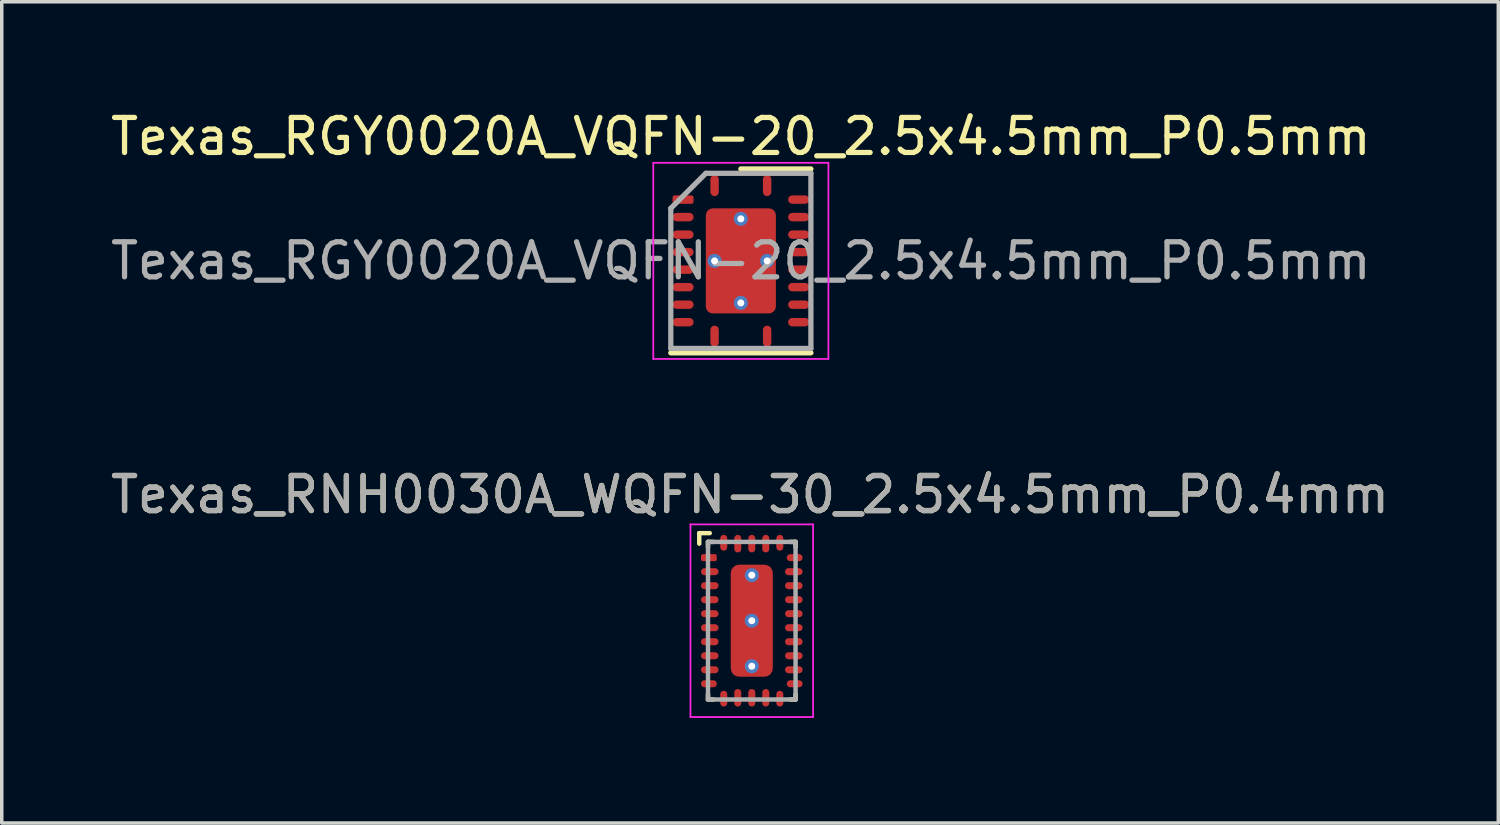
<source format=kicad_pcb>
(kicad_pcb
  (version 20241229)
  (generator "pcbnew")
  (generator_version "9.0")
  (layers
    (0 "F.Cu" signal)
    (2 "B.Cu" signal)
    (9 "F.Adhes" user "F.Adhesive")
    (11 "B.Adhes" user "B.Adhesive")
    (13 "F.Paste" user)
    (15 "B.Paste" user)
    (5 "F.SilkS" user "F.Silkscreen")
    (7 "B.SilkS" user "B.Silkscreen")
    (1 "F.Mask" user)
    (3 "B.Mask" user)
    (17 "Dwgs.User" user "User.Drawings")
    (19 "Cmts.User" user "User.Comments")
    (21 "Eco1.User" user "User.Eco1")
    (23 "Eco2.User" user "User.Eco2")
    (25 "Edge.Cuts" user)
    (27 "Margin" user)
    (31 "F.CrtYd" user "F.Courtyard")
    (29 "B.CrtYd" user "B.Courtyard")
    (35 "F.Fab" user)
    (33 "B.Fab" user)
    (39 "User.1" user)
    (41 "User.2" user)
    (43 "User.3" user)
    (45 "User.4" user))
  (footprint "Texas_RGY0020A_VQFN-20_2.5x4.5mm_P0.5mm"
    (layer "F.Cu")
    (at 18.101 4.398)
    (property "Reference" "Texas_RGY0020A_VQFN-20_2.5x4.5mm_P0.5mm" (at 0 -3.55 0) (layer "F.SilkS") (effects (font (size 1 1) (thickness 0.15))))
    (attr smd)
    (fp_line (start -2 2.625) (end 2 2.625) (stroke (width 0.15) (type solid)) (layer "F.SilkS"))
    (fp_line (start 0 -2.625) (end 2 -2.625) (stroke (width 0.15) (type solid)) (layer "F.SilkS"))
    (fp_line (start -2.5 -2.8) (end -2.5 2.8) (stroke (width 0.05) (type solid)) (layer "F.CrtYd"))
    (fp_line (start -2.5 -2.8) (end 2.5 -2.8) (stroke (width 0.05) (type solid)) (layer "F.CrtYd"))
    (fp_line (start -2.5 2.8) (end 2.5 2.8) (stroke (width 0.05) (type solid)) (layer "F.CrtYd"))
    (fp_line (start 2.5 -2.8) (end 2.5 2.8) (stroke (width 0.05) (type solid)) (layer "F.CrtYd"))
    (fp_line (start -2 -1.5) (end -1 -2.5) (stroke (width 0.15) (type solid)) (layer "F.Fab"))
    (fp_line (start -2 2.5) (end -2 -1.5) (stroke (width 0.15) (type solid)) (layer "F.Fab"))
    (fp_line (start -1 -2.5) (end 2 -2.5) (stroke (width 0.15) (type solid)) (layer "F.Fab"))
    (fp_line (start 2 -2.5) (end 2 2.5) (stroke (width 0.15) (type solid)) (layer "F.Fab"))
    (fp_line (start 2 2.5) (end -2 2.5) (stroke (width 0.15) (type solid)) (layer "F.Fab"))
    (fp_text user "${REFERENCE}" (at 0 0 0) (layer "F.Fab") (effects (font (size 1 1) (thickness 0.15))))
    (pad "" smd roundrect (at -0.54 -0.77 90) (size 1.3 0.9) (layers "F.Paste") (roundrect_rratio 0.1))
    (pad "" smd roundrect (at -0.54 0.77 270) (size 1.3 0.9) (layers "F.Paste") (roundrect_rratio 0.1))
    (pad "" smd roundrect (at 0.54 -0.77 90) (size 1.3 0.9) (layers "F.Paste") (roundrect_rratio 0.1))
    (pad "" smd roundrect (at 0.54 0.77 90) (size 1.3 0.9) (layers "F.Paste") (roundrect_rratio 0.1))
    (pad "1" smd roundrect (at -1.65 -1.75) (size 0.6 0.24) (layers "F.Cu" "F.Mask" "F.Paste") (roundrect_rratio 0.25))
    (pad "2" smd oval (at -1.65 -1.25) (size 0.6 0.24) (layers "F.Cu" "F.Mask" "F.Paste"))
    (pad "3" smd oval (at -1.65 -0.75) (size 0.6 0.24) (layers "F.Cu" "F.Mask" "F.Paste"))
    (pad "4" smd oval (at -1.65 -0.25) (size 0.6 0.24) (layers "F.Cu" "F.Mask" "F.Paste"))
    (pad "5" smd oval (at -1.65 0.25) (size 0.6 0.24) (layers "F.Cu" "F.Mask" "F.Paste"))
    (pad "6" smd oval (at -1.65 0.75) (size 0.6 0.24) (layers "F.Cu" "F.Mask" "F.Paste"))
    (pad "7" smd oval (at -1.65 1.25) (size 0.6 0.24) (layers "F.Cu" "F.Mask" "F.Paste"))
    (pad "8" smd oval (at -1.65 1.75) (size 0.6 0.24) (layers "F.Cu" "F.Mask" "F.Paste"))
    (pad "9" smd oval (at -0.75 2.15 90) (size 0.6 0.24) (layers "F.Cu" "F.Mask" "F.Paste"))
    (pad "10" smd oval (at 0.75 2.15 90) (size 0.6 0.24) (layers "F.Cu" "F.Mask" "F.Paste"))
    (pad "11" smd oval (at 1.65 1.75) (size 0.6 0.24) (layers "F.Cu" "F.Mask" "F.Paste"))
    (pad "12" smd oval (at 1.65 1.25) (size 0.6 0.24) (layers "F.Cu" "F.Mask" "F.Paste"))
    (pad "13" smd oval (at 1.65 0.75) (size 0.6 0.24) (layers "F.Cu" "F.Mask" "F.Paste"))
    (pad "14" smd oval (at 1.65 0.25) (size 0.6 0.24) (layers "F.Cu" "F.Mask" "F.Paste"))
    (pad "15" smd oval (at 1.65 -0.25) (size 0.6 0.24) (layers "F.Cu" "F.Mask" "F.Paste"))
    (pad "16" smd oval (at 1.65 -0.75) (size 0.6 0.24) (layers "F.Cu" "F.Mask" "F.Paste"))
    (pad "17" smd oval (at 1.65 -1.25) (size 0.6 0.24) (layers "F.Cu" "F.Mask" "F.Paste"))
    (pad "18" smd oval (at 1.65 -1.75) (size 0.6 0.24) (layers "F.Cu" "F.Mask" "F.Paste"))
    (pad "19" smd oval (at 0.75 -2.15 90) (size 0.6 0.24) (layers "F.Cu" "F.Mask" "F.Paste"))
    (pad "20" smd oval (at -0.75 -2.15 90) (size 0.6 0.24) (layers "F.Cu" "F.Mask" "F.Paste"))
    (pad "21" thru_hole circle (at -0.75 0 90) (size 0.4 0.4) (drill 0.2) (layers "*.Cu" "*.Mask"))
    (pad "21" thru_hole circle (at 0 -1.2 90) (size 0.4 0.4) (drill 0.2) (layers "*.Cu" "*.Mask"))
    (pad "21" smd roundrect (at 0 0) (size 2 3) (layers "F.Cu" "F.Mask") (roundrect_rratio 0.1))
    (pad "21" thru_hole circle (at 0 1.2 90) (size 0.4 0.4) (drill 0.2) (layers "*.Cu" "*.Mask"))
    (pad "21" thru_hole circle (at 0.75 0 90) (size 0.4 0.4) (drill 0.2) (layers "*.Cu" "*.Mask")))
  (footprint "Texas_RNH0030A_WQFN-30_2.5x4.5mm_P0.4mm"
    (layer "F.Cu")
    (at 18.413 14.671)
    (property "Reference" "Texas_RNH0030A_WQFN-30_2.5x4.5mm_P0.4mm" (at -0.05 -3.6 0) (unlocked yes) (layer "F.SilkS") (effects (font (size 1 1) (thickness 0.15))))
    (attr smd)
    (fp_line (start -1.5 -2.5) (end -1.5 -2.2) (stroke (width 0.127) (type solid)) (layer "F.SilkS"))
    (fp_line (start -1.5 -2.5) (end -1.2 -2.5) (stroke (width 0.127) (type solid)) (layer "F.SilkS"))
    (fp_line (start -1.25 -2.25) (end -1.25 -2.1) (stroke (width 0.127) (type solid)) (layer "F.SilkS"))
    (fp_line (start -1.25 -2.25) (end -1.1 -2.25) (stroke (width 0.127) (type solid)) (layer "F.SilkS"))
    (fp_line (start -1.25 2.25) (end -1.25 2.1) (stroke (width 0.127) (type solid)) (layer "F.SilkS"))
    (fp_line (start -1.25 2.25) (end -1.1 2.25) (stroke (width 0.127) (type solid)) (layer "F.SilkS"))
    (fp_line (start 1.25 -2.25) (end 1.1 -2.25) (stroke (width 0.127) (type solid)) (layer "F.SilkS"))
    (fp_line (start 1.25 -2.25) (end 1.25 -2.1) (stroke (width 0.127) (type solid)) (layer "F.SilkS"))
    (fp_line (start 1.25 2.25) (end 1.1 2.25) (stroke (width 0.127) (type solid)) (layer "F.SilkS"))
    (fp_line (start 1.25 2.25) (end 1.25 2.1) (stroke (width 0.127) (type solid)) (layer "F.SilkS"))
    (fp_line (start -1.75 -2.75) (end 1.75 -2.75) (stroke (width 0.05) (type solid)) (layer "F.CrtYd"))
    (fp_line (start -1.75 2.75) (end -1.75 -2.75) (stroke (width 0.05) (type solid)) (layer "F.CrtYd"))
    (fp_line (start -1.75 2.75) (end 1.75 2.75) (stroke (width 0.05) (type solid)) (layer "F.CrtYd"))
    (fp_line (start 1.75 2.75) (end 1.75 -2.75) (stroke (width 0.05) (type solid)) (layer "F.CrtYd"))
    (fp_line (start -1.25 2.25) (end -1.25 -2.25) (stroke (width 0.127) (type solid)) (layer "F.Fab"))
    (fp_line (start 1.25 -2.25) (end -1.25 -2.25) (stroke (width 0.127) (type solid)) (layer "F.Fab"))
    (fp_line (start 1.25 2.25) (end -1.25 2.25) (stroke (width 0.127) (type solid)) (layer "F.Fab"))
    (fp_line (start 1.25 2.25) (end 1.25 -2.25) (stroke (width 0.127) (type solid)) (layer "F.Fab"))
    (fp_text user "${REFERENCE}" (at -0.05 -3.6 0) (unlocked yes) (layer "F.Fab") (effects (font (size 1 1) (thickness 0.15))))
    (pad "" smd roundrect (at 0 -0.8) (size 1.1 1.4) (layers "F.Paste") (roundrect_rratio 0.2))
    (pad "" smd roundrect (at 0 0.8) (size 1.1 1.4) (layers "F.Paste") (roundrect_rratio 0.2))
    (pad "1" smd roundrect (at -1.225 -1.8) (size 0.45 0.2) (layers "F.Cu" "F.Mask" "F.Paste") (roundrect_rratio 0.25))
    (pad "2" smd oval (at -1.2 -1.4) (size 0.5 0.2) (layers "F.Cu" "F.Mask" "F.Paste"))
    (pad "3" smd oval (at -1.2 -1) (size 0.5 0.2) (layers "F.Cu" "F.Mask" "F.Paste"))
    (pad "4" smd oval (at -1.2 -0.6) (size 0.5 0.2) (layers "F.Cu" "F.Mask" "F.Paste"))
    (pad "5" smd oval (at -1.2 -0.2) (size 0.5 0.2) (layers "F.Cu" "F.Mask" "F.Paste"))
    (pad "6" smd oval (at -1.2 0.2) (size 0.5 0.2) (layers "F.Cu" "F.Mask" "F.Paste"))
    (pad "7" smd oval (at -1.2 0.6) (size 0.5 0.2) (layers "F.Cu" "F.Mask" "F.Paste"))
    (pad "8" smd oval (at -1.2 1) (size 0.5 0.2) (layers "F.Cu" "F.Mask" "F.Paste"))
    (pad "9" smd oval (at -1.2 1.4) (size 0.5 0.2) (layers "F.Cu" "F.Mask" "F.Paste"))
    (pad "10" smd oval (at -1.225 1.8) (size 0.45 0.2) (layers "F.Cu" "F.Mask" "F.Paste"))
    (pad "11" smd oval (at -0.8 2.225 90) (size 0.45 0.2) (layers "F.Cu" "F.Mask" "F.Paste"))
    (pad "12" smd oval (at -0.4 2.2 90) (size 0.5 0.2) (layers "F.Cu" "F.Mask" "F.Paste"))
    (pad "13" smd oval (at 0 2.2 90) (size 0.5 0.2) (layers "F.Cu" "F.Mask" "F.Paste"))
    (pad "14" smd oval (at 0.4 2.2 90) (size 0.5 0.2) (layers "F.Cu" "F.Mask" "F.Paste"))
    (pad "15" smd oval (at 0.8 2.225 90) (size 0.45 0.2) (layers "F.Cu" "F.Mask" "F.Paste"))
    (pad "16" smd oval (at 1.225 1.8) (size 0.45 0.2) (layers "F.Cu" "F.Mask" "F.Paste"))
    (pad "17" smd oval (at 1.2 1.4) (size 0.5 0.2) (layers "F.Cu" "F.Mask" "F.Paste"))
    (pad "18" smd oval (at 1.2 1) (size 0.5 0.2) (layers "F.Cu" "F.Mask" "F.Paste"))
    (pad "19" smd oval (at 1.2 0.6) (size 0.5 0.2) (layers "F.Cu" "F.Mask" "F.Paste"))
    (pad "20" smd oval (at 1.2 0.2) (size 0.5 0.2) (layers "F.Cu" "F.Mask" "F.Paste"))
    (pad "21" smd oval (at 1.2 -0.2) (size 0.5 0.2) (layers "F.Cu" "F.Mask" "F.Paste"))
    (pad "22" smd oval (at 1.2 -0.6) (size 0.5 0.2) (layers "F.Cu" "F.Mask" "F.Paste"))
    (pad "23" smd oval (at 1.2 -1) (size 0.5 0.2) (layers "F.Cu" "F.Mask" "F.Paste"))
    (pad "24" smd oval (at 1.2 -1.4) (size 0.5 0.2) (layers "F.Cu" "F.Mask" "F.Paste"))
    (pad "25" smd oval (at 1.225 -1.8) (size 0.45 0.2) (layers "F.Cu" "F.Mask" "F.Paste"))
    (pad "26" smd oval (at 0.8 -2.225 90) (size 0.45 0.2) (layers "F.Cu" "F.Mask" "F.Paste"))
    (pad "27" smd oval (at 0.4 -2.2 90) (size 0.5 0.2) (layers "F.Cu" "F.Mask" "F.Paste"))
    (pad "28" smd oval (at 0 -2.2 90) (size 0.5 0.2) (layers "F.Cu" "F.Mask" "F.Paste"))
    (pad "29" smd oval (at -0.4 -2.2 90) (size 0.5 0.2) (layers "F.Cu" "F.Mask" "F.Paste"))
    (pad "30" smd oval (at -0.8 -2.225 90) (size 0.45 0.2) (layers "F.Cu" "F.Mask" "F.Paste"))
    (pad "31" thru_hole circle (at 0 -1.3) (size 0.4 0.4) (drill 0.2) (layers "*.Cu"))
    (pad "31" thru_hole circle (at 0 0) (size 0.4 0.4) (drill 0.2) (layers "*.Cu"))
    (pad "31" smd roundrect (at 0 0) (size 1.2 3.2) (layers "F.Cu" "F.Mask") (roundrect_rratio 0.2))
    (pad "31" thru_hole circle (at 0 1.3) (size 0.4 0.4) (drill 0.2) (layers "*.Cu")))
  (gr_rect
    (start -3 -3)
    (end 39.726 20.447)
    (stroke (width 0.1) (type default))
    (fill no)
    (layer "Edge.Cuts")))
</source>
